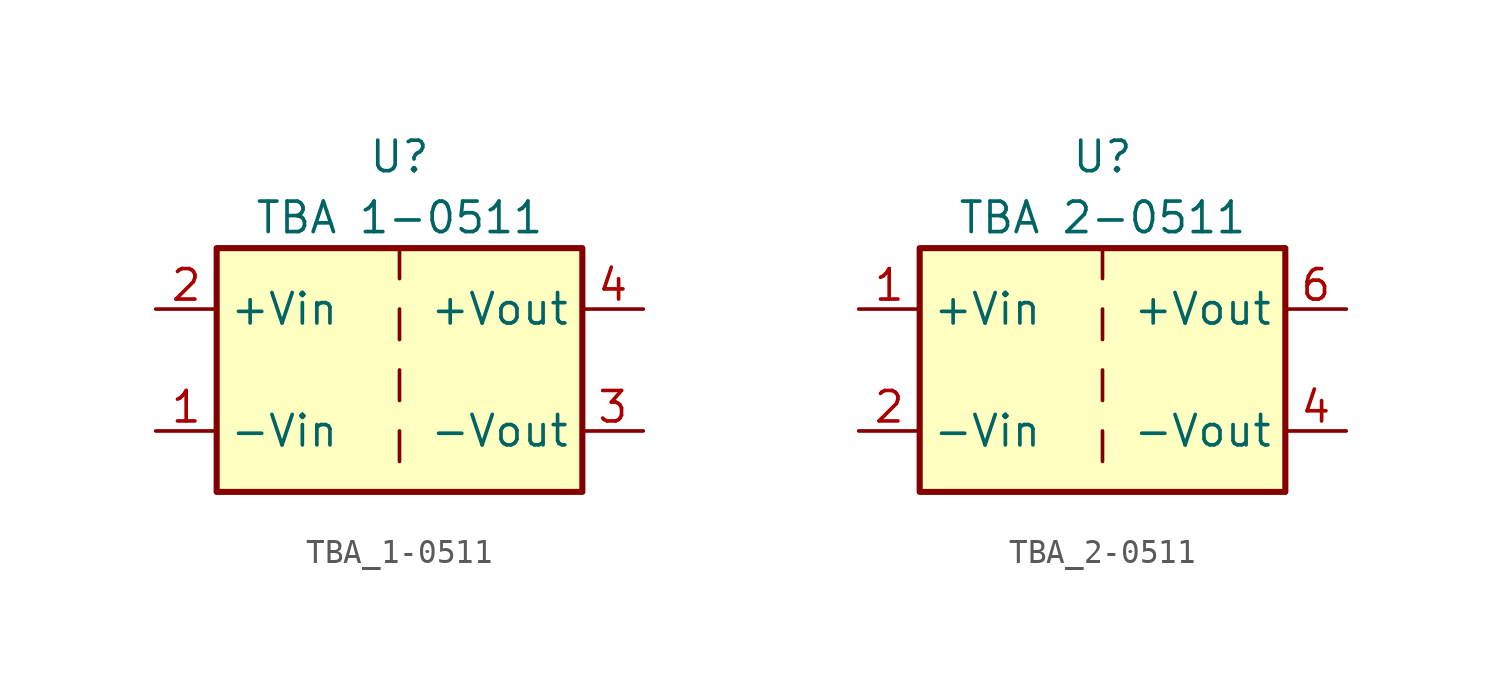
<source format=kicad_sym>
(kicad_symbol_lib
  (version 20220914)
  (generator kicad_symbol_editor)
  (symbol "TBA_1-0511"
    (property "Reference" "U"
      (at 0 8.89 0)
      (effects (font (size 1.27 1.27))))
    (property "Value" "TBA 1-0511"
      (at 0 6.35 0)
      (effects (font (size 1.27 1.27))))
    (symbol "TBA_1-0511_0_0"
      (pin power_in line (at -10.16 -2.54 0) (length 2.54) (name "-Vin" (effects (font (size 1.27 1.27)))) (number "1" (effects (font (size 1.27 1.27)))))
      (pin power_in line (at -10.16 2.54 0) (length 2.54) (name "+Vin" (effects (font (size 1.27 1.27)))) (number "2" (effects (font (size 1.27 1.27)))))
      (pin power_out line (at 10.16 -2.54 180) (length 2.54) (name "-Vout" (effects (font (size 1.27 1.27)))) (number "3" (effects (font (size 1.27 1.27)))))
      (pin power_out line (at 10.16 2.54 180) (length 2.54) (name "+Vout" (effects (font (size 1.27 1.27)))) (number "4" (effects (font (size 1.27 1.27))))))
    (symbol "TBA_1-0511_0_1"
      (rectangle (start -7.62 5.08) (end 7.62 -5.08) (stroke (width 0.254) (type default)) (fill (type background)))
      (polyline (pts (xy 0 -2.54) (xy 0 -3.81)) (stroke (width 0) (type default)) (fill (type none)))
      (polyline (pts (xy 0 0) (xy 0 -1.27)) (stroke (width 0) (type default)) (fill (type none)))
      (polyline (pts (xy 0 2.54) (xy 0 1.27)) (stroke (width 0) (type default)) (fill (type none)))
      (polyline (pts (xy 0 5.08) (xy 0 3.81)) (stroke (width 0) (type default)) (fill (type none)))))
  (symbol "TBA_2-0511"
    (property "Reference" "U"
      (at 0 8.89 0)
      (effects (font (size 1.27 1.27))))
    (property "Value" "TBA 2-0511"
      (at 0 6.35 0)
      (effects (font (size 1.27 1.27))))
    (symbol "TBA_2-0511_0_1"
      (rectangle (start -7.62 5.08) (end 7.62 -5.08) (stroke (width 0.254) (type default)) (fill (type background)))
      (polyline (pts (xy 0 -2.54) (xy 0 -3.81)) (stroke (width 0) (type default)) (fill (type none)))
      (polyline (pts (xy 0 0) (xy 0 -1.27)) (stroke (width 0) (type default)) (fill (type none)))
      (polyline (pts (xy 0 2.54) (xy 0 1.27)) (stroke (width 0) (type default)) (fill (type none)))
      (polyline (pts (xy 0 5.08) (xy 0 3.81)) (stroke (width 0) (type default)) (fill (type none))))
    (symbol "TBA_2-0511_1_0"
      (pin power_in line (at -10.16 2.54 0) (length 2.54) (name "+Vin" (effects (font (size 1.27 1.27)))) (number "1" (effects (font (size 1.27 1.27)))))
      (pin power_in line (at -10.16 -2.54 0) (length 2.54) (name "-Vin" (effects (font (size 1.27 1.27)))) (number "2" (effects (font (size 1.27 1.27)))))
      (pin power_out line (at 10.16 -2.54 180) (length 2.54) (name "-Vout" (effects (font (size 1.27 1.27)))) (number "4" (effects (font (size 1.27 1.27)))))
      (pin power_out line (at 10.16 2.54 180) (length 2.54) (name "+Vout" (effects (font (size 1.27 1.27)))) (number "6" (effects (font (size 1.27 1.27))))))))
</source>
